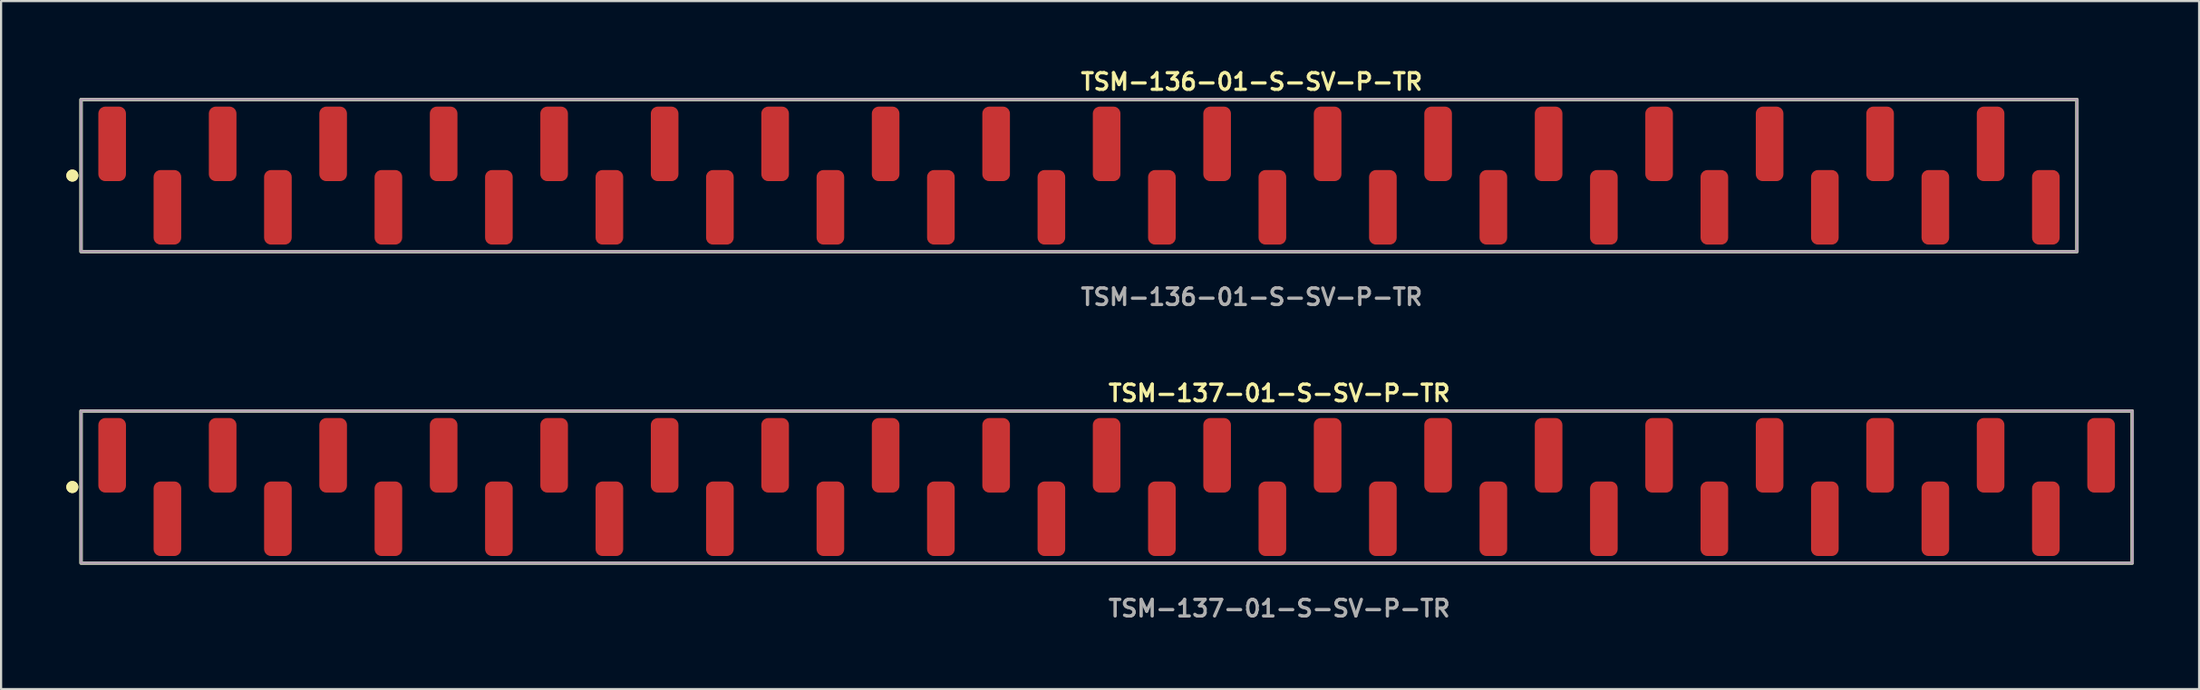
<source format=kicad_pcb>
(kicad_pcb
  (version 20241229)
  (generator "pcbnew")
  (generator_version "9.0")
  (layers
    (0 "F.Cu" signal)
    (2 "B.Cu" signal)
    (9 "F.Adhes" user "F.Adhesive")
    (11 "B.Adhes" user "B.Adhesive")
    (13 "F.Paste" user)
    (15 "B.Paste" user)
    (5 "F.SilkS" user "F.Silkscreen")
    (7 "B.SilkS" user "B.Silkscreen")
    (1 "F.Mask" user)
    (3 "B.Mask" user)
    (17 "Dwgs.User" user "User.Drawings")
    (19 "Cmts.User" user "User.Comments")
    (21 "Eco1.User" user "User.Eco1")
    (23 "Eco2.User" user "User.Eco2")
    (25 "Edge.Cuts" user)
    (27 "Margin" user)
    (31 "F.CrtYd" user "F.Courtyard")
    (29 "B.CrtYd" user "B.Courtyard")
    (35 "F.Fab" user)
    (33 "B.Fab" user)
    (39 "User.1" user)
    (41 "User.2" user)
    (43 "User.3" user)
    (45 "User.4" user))
  (footprint "TSM-137-01-S-SV-P-TR"
    (layer "F.Cu")
    (at 47.826 19.364)
    (property "Reference" "TSM-137-01-S-SV-P-TR" (at 0 -4.318 0) (unlocked yes) (layer "F.SilkS") (effects (font (size 0.762 0.762) (thickness 0.152)) (justify left)))
    (fp_rect (start -47.15 3.5) (end 47.15 -3.5) (stroke (width 0.152) (type solid)) (fill no) (layer "F.SilkS"))
    (fp_circle (center -47.55 0) (end -47.75 0) (stroke (width 0.152) (type solid)) (fill yes) (layer "F.SilkS"))
    (fp_circle (center -47.55 0) (end -47.75 0) (stroke (width 0.152) (type solid)) (fill yes) (layer "F.SilkS"))
    (fp_rect (start -47.15 3.5) (end 47.15 -3.5) (stroke (width 0.006) (type solid)) (fill no) (layer "F.CrtYd"))
    (fp_rect (start -47.15 3.5) (end 47.15 -3.5) (stroke (width 0.152) (type solid)) (fill no) (layer "F.Fab"))
    (fp_text user "${REFERENCE}" (at 0 5.588 0) (unlocked yes) (layer "F.Fab") (effects (font (size 0.762 0.762) (thickness 0.152)) (justify left)))
    (pad "1" smd roundrect (at -45.72 -1.46) (size 1.27 3.43) (layers "F.Cu" "F.Paste") (roundrect_rratio 0.25))
    (pad "2" smd roundrect (at -43.18 1.46) (size 1.27 3.43) (layers "F.Cu" "F.Paste") (roundrect_rratio 0.25))
    (pad "3" smd roundrect (at -40.64 -1.46) (size 1.27 3.43) (layers "F.Cu" "F.Paste") (roundrect_rratio 0.25))
    (pad "4" smd roundrect (at -38.1 1.46) (size 1.27 3.43) (layers "F.Cu" "F.Paste") (roundrect_rratio 0.25))
    (pad "5" smd roundrect (at -35.56 -1.46) (size 1.27 3.43) (layers "F.Cu" "F.Paste") (roundrect_rratio 0.25))
    (pad "6" smd roundrect (at -33.02 1.46) (size 1.27 3.43) (layers "F.Cu" "F.Paste") (roundrect_rratio 0.25))
    (pad "7" smd roundrect (at -30.48 -1.46) (size 1.27 3.43) (layers "F.Cu" "F.Paste") (roundrect_rratio 0.25))
    (pad "8" smd roundrect (at -27.94 1.46) (size 1.27 3.43) (layers "F.Cu" "F.Paste") (roundrect_rratio 0.25))
    (pad "9" smd roundrect (at -25.4 -1.46) (size 1.27 3.43) (layers "F.Cu" "F.Paste") (roundrect_rratio 0.25))
    (pad "10" smd roundrect (at -22.86 1.46) (size 1.27 3.43) (layers "F.Cu" "F.Paste") (roundrect_rratio 0.25))
    (pad "11" smd roundrect (at -20.32 -1.46) (size 1.27 3.43) (layers "F.Cu" "F.Paste") (roundrect_rratio 0.25))
    (pad "12" smd roundrect (at -17.78 1.46) (size 1.27 3.43) (layers "F.Cu" "F.Paste") (roundrect_rratio 0.25))
    (pad "13" smd roundrect (at -15.24 -1.46) (size 1.27 3.43) (layers "F.Cu" "F.Paste") (roundrect_rratio 0.25))
    (pad "14" smd roundrect (at -12.7 1.46) (size 1.27 3.43) (layers "F.Cu" "F.Paste") (roundrect_rratio 0.25))
    (pad "15" smd roundrect (at -10.16 -1.46) (size 1.27 3.43) (layers "F.Cu" "F.Paste") (roundrect_rratio 0.25))
    (pad "16" smd roundrect (at -7.62 1.46) (size 1.27 3.43) (layers "F.Cu" "F.Paste") (roundrect_rratio 0.25))
    (pad "17" smd roundrect (at -5.08 -1.46) (size 1.27 3.43) (layers "F.Cu" "F.Paste") (roundrect_rratio 0.25))
    (pad "18" smd roundrect (at -2.54 1.46) (size 1.27 3.43) (layers "F.Cu" "F.Paste") (roundrect_rratio 0.25))
    (pad "19" smd roundrect (at 0 -1.46) (size 1.27 3.43) (layers "F.Cu" "F.Paste") (roundrect_rratio 0.25))
    (pad "20" smd roundrect (at 2.54 1.46) (size 1.27 3.43) (layers "F.Cu" "F.Paste") (roundrect_rratio 0.25))
    (pad "21" smd roundrect (at 5.08 -1.46) (size 1.27 3.43) (layers "F.Cu" "F.Paste") (roundrect_rratio 0.25))
    (pad "22" smd roundrect (at 7.62 1.46) (size 1.27 3.43) (layers "F.Cu" "F.Paste") (roundrect_rratio 0.25))
    (pad "23" smd roundrect (at 10.16 -1.46) (size 1.27 3.43) (layers "F.Cu" "F.Paste") (roundrect_rratio 0.25))
    (pad "24" smd roundrect (at 12.7 1.46) (size 1.27 3.43) (layers "F.Cu" "F.Paste") (roundrect_rratio 0.25))
    (pad "25" smd roundrect (at 15.24 -1.46) (size 1.27 3.43) (layers "F.Cu" "F.Paste") (roundrect_rratio 0.25))
    (pad "26" smd roundrect (at 17.78 1.46) (size 1.27 3.43) (layers "F.Cu" "F.Paste") (roundrect_rratio 0.25))
    (pad "27" smd roundrect (at 20.32 -1.46) (size 1.27 3.43) (layers "F.Cu" "F.Paste") (roundrect_rratio 0.25))
    (pad "28" smd roundrect (at 22.86 1.46) (size 1.27 3.43) (layers "F.Cu" "F.Paste") (roundrect_rratio 0.25))
    (pad "29" smd roundrect (at 25.4 -1.46) (size 1.27 3.43) (layers "F.Cu" "F.Paste") (roundrect_rratio 0.25))
    (pad "30" smd roundrect (at 27.94 1.46) (size 1.27 3.43) (layers "F.Cu" "F.Paste") (roundrect_rratio 0.25))
    (pad "31" smd roundrect (at 30.48 -1.46) (size 1.27 3.43) (layers "F.Cu" "F.Paste") (roundrect_rratio 0.25))
    (pad "32" smd roundrect (at 33.02 1.46) (size 1.27 3.43) (layers "F.Cu" "F.Paste") (roundrect_rratio 0.25))
    (pad "33" smd roundrect (at 35.56 -1.46) (size 1.27 3.43) (layers "F.Cu" "F.Paste") (roundrect_rratio 0.25))
    (pad "34" smd roundrect (at 38.1 1.46) (size 1.27 3.43) (layers "F.Cu" "F.Paste") (roundrect_rratio 0.25))
    (pad "35" smd roundrect (at 40.64 -1.46) (size 1.27 3.43) (layers "F.Cu" "F.Paste") (roundrect_rratio 0.25))
    (pad "36" smd roundrect (at 43.18 1.46) (size 1.27 3.43) (layers "F.Cu" "F.Paste") (roundrect_rratio 0.25))
    (pad "37" smd roundrect (at 45.72 -1.46) (size 1.27 3.43) (layers "F.Cu" "F.Paste") (roundrect_rratio 0.25)))
  (footprint "TSM-136-01-S-SV-P-TR"
    (layer "F.Cu")
    (at 46.556 5.031)
    (property "Reference" "TSM-136-01-S-SV-P-TR" (at 0 -4.318 0) (unlocked yes) (layer "F.SilkS") (effects (font (size 0.762 0.762) (thickness 0.152)) (justify left)))
    (fp_rect (start -45.88 3.5) (end 45.88 -3.5) (stroke (width 0.152) (type solid)) (fill no) (layer "F.SilkS"))
    (fp_circle (center -46.28 0) (end -46.48 0) (stroke (width 0.152) (type solid)) (fill yes) (layer "F.SilkS"))
    (fp_circle (center -46.28 0) (end -46.48 0) (stroke (width 0.152) (type solid)) (fill yes) (layer "F.SilkS"))
    (fp_rect (start -45.88 3.5) (end 45.88 -3.5) (stroke (width 0.006) (type solid)) (fill no) (layer "F.CrtYd"))
    (fp_rect (start -45.88 3.5) (end 45.88 -3.5) (stroke (width 0.152) (type solid)) (fill no) (layer "F.Fab"))
    (fp_text user "${REFERENCE}" (at 0 5.588 0) (unlocked yes) (layer "F.Fab") (effects (font (size 0.762 0.762) (thickness 0.152)) (justify left)))
    (pad "1" smd roundrect (at -44.45 -1.46) (size 1.27 3.43) (layers "F.Cu" "F.Paste") (roundrect_rratio 0.25))
    (pad "2" smd roundrect (at -41.91 1.46) (size 1.27 3.43) (layers "F.Cu" "F.Paste") (roundrect_rratio 0.25))
    (pad "3" smd roundrect (at -39.37 -1.46) (size 1.27 3.43) (layers "F.Cu" "F.Paste") (roundrect_rratio 0.25))
    (pad "4" smd roundrect (at -36.83 1.46) (size 1.27 3.43) (layers "F.Cu" "F.Paste") (roundrect_rratio 0.25))
    (pad "5" smd roundrect (at -34.29 -1.46) (size 1.27 3.43) (layers "F.Cu" "F.Paste") (roundrect_rratio 0.25))
    (pad "6" smd roundrect (at -31.75 1.46) (size 1.27 3.43) (layers "F.Cu" "F.Paste") (roundrect_rratio 0.25))
    (pad "7" smd roundrect (at -29.21 -1.46) (size 1.27 3.43) (layers "F.Cu" "F.Paste") (roundrect_rratio 0.25))
    (pad "8" smd roundrect (at -26.67 1.46) (size 1.27 3.43) (layers "F.Cu" "F.Paste") (roundrect_rratio 0.25))
    (pad "9" smd roundrect (at -24.13 -1.46) (size 1.27 3.43) (layers "F.Cu" "F.Paste") (roundrect_rratio 0.25))
    (pad "10" smd roundrect (at -21.59 1.46) (size 1.27 3.43) (layers "F.Cu" "F.Paste") (roundrect_rratio 0.25))
    (pad "11" smd roundrect (at -19.05 -1.46) (size 1.27 3.43) (layers "F.Cu" "F.Paste") (roundrect_rratio 0.25))
    (pad "12" smd roundrect (at -16.51 1.46) (size 1.27 3.43) (layers "F.Cu" "F.Paste") (roundrect_rratio 0.25))
    (pad "13" smd roundrect (at -13.97 -1.46) (size 1.27 3.43) (layers "F.Cu" "F.Paste") (roundrect_rratio 0.25))
    (pad "14" smd roundrect (at -11.43 1.46) (size 1.27 3.43) (layers "F.Cu" "F.Paste") (roundrect_rratio 0.25))
    (pad "15" smd roundrect (at -8.89 -1.46) (size 1.27 3.43) (layers "F.Cu" "F.Paste") (roundrect_rratio 0.25))
    (pad "16" smd roundrect (at -6.35 1.46) (size 1.27 3.43) (layers "F.Cu" "F.Paste") (roundrect_rratio 0.25))
    (pad "17" smd roundrect (at -3.81 -1.46) (size 1.27 3.43) (layers "F.Cu" "F.Paste") (roundrect_rratio 0.25))
    (pad "18" smd roundrect (at -1.27 1.46) (size 1.27 3.43) (layers "F.Cu" "F.Paste") (roundrect_rratio 0.25))
    (pad "19" smd roundrect (at 1.27 -1.46) (size 1.27 3.43) (layers "F.Cu" "F.Paste") (roundrect_rratio 0.25))
    (pad "20" smd roundrect (at 3.81 1.46) (size 1.27 3.43) (layers "F.Cu" "F.Paste") (roundrect_rratio 0.25))
    (pad "21" smd roundrect (at 6.35 -1.46) (size 1.27 3.43) (layers "F.Cu" "F.Paste") (roundrect_rratio 0.25))
    (pad "22" smd roundrect (at 8.89 1.46) (size 1.27 3.43) (layers "F.Cu" "F.Paste") (roundrect_rratio 0.25))
    (pad "23" smd roundrect (at 11.43 -1.46) (size 1.27 3.43) (layers "F.Cu" "F.Paste") (roundrect_rratio 0.25))
    (pad "24" smd roundrect (at 13.97 1.46) (size 1.27 3.43) (layers "F.Cu" "F.Paste") (roundrect_rratio 0.25))
    (pad "25" smd roundrect (at 16.51 -1.46) (size 1.27 3.43) (layers "F.Cu" "F.Paste") (roundrect_rratio 0.25))
    (pad "26" smd roundrect (at 19.05 1.46) (size 1.27 3.43) (layers "F.Cu" "F.Paste") (roundrect_rratio 0.25))
    (pad "27" smd roundrect (at 21.59 -1.46) (size 1.27 3.43) (layers "F.Cu" "F.Paste") (roundrect_rratio 0.25))
    (pad "28" smd roundrect (at 24.13 1.46) (size 1.27 3.43) (layers "F.Cu" "F.Paste") (roundrect_rratio 0.25))
    (pad "29" smd roundrect (at 26.67 -1.46) (size 1.27 3.43) (layers "F.Cu" "F.Paste") (roundrect_rratio 0.25))
    (pad "30" smd roundrect (at 29.21 1.46) (size 1.27 3.43) (layers "F.Cu" "F.Paste") (roundrect_rratio 0.25))
    (pad "31" smd roundrect (at 31.75 -1.46) (size 1.27 3.43) (layers "F.Cu" "F.Paste") (roundrect_rratio 0.25))
    (pad "32" smd roundrect (at 34.29 1.46) (size 1.27 3.43) (layers "F.Cu" "F.Paste") (roundrect_rratio 0.25))
    (pad "33" smd roundrect (at 36.83 -1.46) (size 1.27 3.43) (layers "F.Cu" "F.Paste") (roundrect_rratio 0.25))
    (pad "34" smd roundrect (at 39.37 1.46) (size 1.27 3.43) (layers "F.Cu" "F.Paste") (roundrect_rratio 0.25))
    (pad "35" smd roundrect (at 41.91 -1.46) (size 1.27 3.43) (layers "F.Cu" "F.Paste") (roundrect_rratio 0.25))
    (pad "36" smd roundrect (at 44.45 1.46) (size 1.27 3.43) (layers "F.Cu" "F.Paste") (roundrect_rratio 0.25)))
  (gr_rect
    (start -3 -3)
    (end 98.052 28.665)
    (stroke (width 0.1) (type default))
    (fill no)
    (layer "Edge.Cuts")))
</source>
